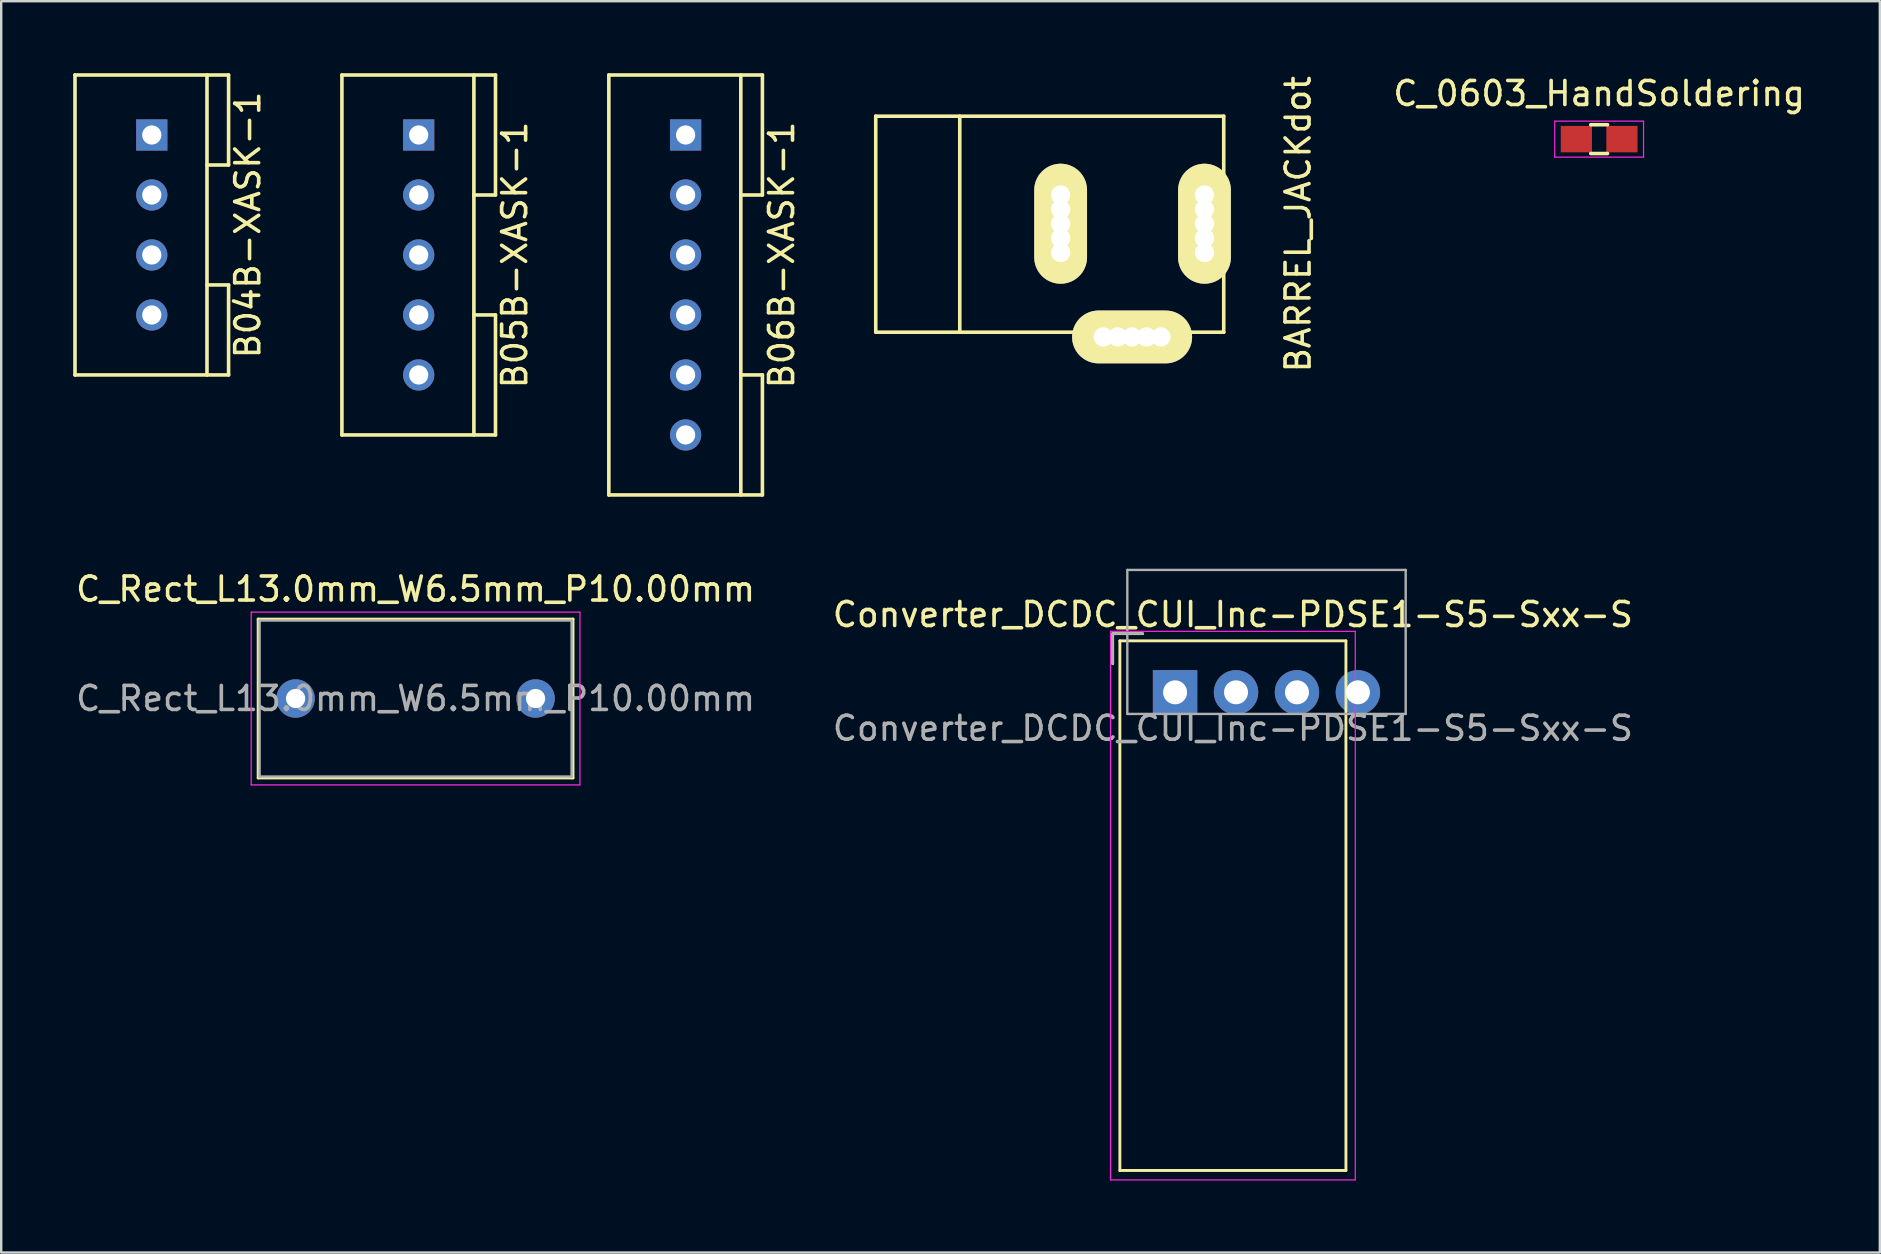
<source format=kicad_pcb>
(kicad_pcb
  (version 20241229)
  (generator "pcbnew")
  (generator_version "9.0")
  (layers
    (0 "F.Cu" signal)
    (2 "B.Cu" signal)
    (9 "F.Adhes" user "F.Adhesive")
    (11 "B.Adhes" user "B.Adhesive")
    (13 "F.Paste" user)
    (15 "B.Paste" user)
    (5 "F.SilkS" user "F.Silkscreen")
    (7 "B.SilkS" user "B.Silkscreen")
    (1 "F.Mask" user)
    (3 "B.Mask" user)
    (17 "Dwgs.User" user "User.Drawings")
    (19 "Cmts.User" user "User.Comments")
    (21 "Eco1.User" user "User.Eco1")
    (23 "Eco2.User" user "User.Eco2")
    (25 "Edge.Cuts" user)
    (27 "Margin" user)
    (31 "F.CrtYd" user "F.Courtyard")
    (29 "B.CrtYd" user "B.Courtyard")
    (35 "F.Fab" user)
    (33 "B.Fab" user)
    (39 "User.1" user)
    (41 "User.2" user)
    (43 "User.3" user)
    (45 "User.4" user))
  (footprint "B05B-XASK-1"
    (layer "F.Cu")
    (at 14.398 7.575)
    (property "Reference" "B05B-XASK-1" (at 4 0 90) (layer "F.SilkS") (effects (font (size 1 1) (thickness 0.15))))
    (attr through_hole)
    (fp_line (start -3.2 -7.5) (end -3.2 7.5) (stroke (width 0.15) (type solid)) (layer "F.SilkS"))
    (fp_line (start -3.2 -7.5) (end 3.2 -7.5) (stroke (width 0.15) (type solid)) (layer "F.SilkS"))
    (fp_line (start 2.3 -7.5) (end 2.3 7.5) (stroke (width 0.15) (type solid)) (layer "F.SilkS"))
    (fp_line (start 2.3 2.5) (end 3.2 2.5) (stroke (width 0.15) (type solid)) (layer "F.SilkS"))
    (fp_line (start 3.2 -7.5) (end 3.2 -2.5) (stroke (width 0.15) (type solid)) (layer "F.SilkS"))
    (fp_line (start 3.2 -2.5) (end 2.3 -2.5) (stroke (width 0.15) (type solid)) (layer "F.SilkS"))
    (fp_line (start 3.2 2.5) (end 3.2 7.5) (stroke (width 0.15) (type solid)) (layer "F.SilkS"))
    (fp_line (start 3.2 7.5) (end -3.2 7.5) (stroke (width 0.15) (type solid)) (layer "F.SilkS"))
    (pad "1" thru_hole rect (at 0 -5) (size 1.3 1.3) (drill 0.8) (layers "*.Cu" "*.Mask"))
    (pad "2" thru_hole circle (at 0 -2.5) (size 1.3 1.3) (drill 0.8) (layers "*.Cu" "*.Mask"))
    (pad "3" thru_hole circle (at 0 0) (size 1.3 1.3) (drill 0.8) (layers "*.Cu" "*.Mask"))
    (pad "4" thru_hole circle (at 0 2.5) (size 1.3 1.3) (drill 0.8) (layers "*.Cu" "*.Mask"))
    (pad "5" thru_hole circle (at 0 5) (size 1.3 1.3) (drill 0.8) (layers "*.Cu" "*.Mask")))
  (footprint "B06B-XASK-1"
    (layer "F.Cu")
    (at 25.521 8.825)
    (property "Reference" "B06B-XASK-1" (at 4 -1.25 90) (layer "F.SilkS") (effects (font (size 1 1) (thickness 0.15))))
    (attr through_hole)
    (fp_line (start -3.2 -8.75) (end -3.2 8.75) (stroke (width 0.15) (type solid)) (layer "F.SilkS"))
    (fp_line (start -3.2 -8.75) (end 3.2 -8.75) (stroke (width 0.15) (type solid)) (layer "F.SilkS"))
    (fp_line (start 2.3 -8.75) (end 2.3 8.75) (stroke (width 0.15) (type solid)) (layer "F.SilkS"))
    (fp_line (start 2.3 3.75) (end 3.2 3.75) (stroke (width 0.15) (type solid)) (layer "F.SilkS"))
    (fp_line (start 3.2 -8.75) (end 3.2 -3.75) (stroke (width 0.15) (type solid)) (layer "F.SilkS"))
    (fp_line (start 3.2 -3.75) (end 2.3 -3.75) (stroke (width 0.15) (type solid)) (layer "F.SilkS"))
    (fp_line (start 3.2 3.75) (end 3.2 8.75) (stroke (width 0.15) (type solid)) (layer "F.SilkS"))
    (fp_line (start 3.2 8.75) (end -3.2 8.75) (stroke (width 0.15) (type solid)) (layer "F.SilkS"))
    (pad "1" thru_hole rect (at 0 -6.25) (size 1.3 1.3) (drill 0.8) (layers "*.Cu" "*.Mask"))
    (pad "2" thru_hole circle (at 0 -3.75) (size 1.3 1.3) (drill 0.8) (layers "*.Cu" "*.Mask"))
    (pad "3" thru_hole circle (at 0 -1.25) (size 1.3 1.3) (drill 0.8) (layers "*.Cu" "*.Mask"))
    (pad "4" thru_hole circle (at 0 1.25) (size 1.3 1.3) (drill 0.8) (layers "*.Cu" "*.Mask"))
    (pad "5" thru_hole circle (at 0 3.75) (size 1.3 1.3) (drill 0.8) (layers "*.Cu" "*.Mask"))
    (pad "6" thru_hole circle (at 0 6.25) (size 1.3 1.3) (drill 0.8) (layers "*.Cu" "*.Mask")))
  (footprint "B04B-XASK-1"
    (layer "F.Cu")
    (at 3.275 6.325)
    (property "Reference" "B04B-XASK-1" (at 4 0 90) (layer "F.SilkS") (effects (font (size 1 1) (thickness 0.15))))
    (attr through_hole)
    (fp_line (start -3.2 -6.25) (end -3.2 6.25) (stroke (width 0.15) (type solid)) (layer "F.SilkS"))
    (fp_line (start -3.2 -6.25) (end 3.2 -6.25) (stroke (width 0.15) (type solid)) (layer "F.SilkS"))
    (fp_line (start 2.3 -6.25) (end 2.3 6.25) (stroke (width 0.15) (type solid)) (layer "F.SilkS"))
    (fp_line (start 2.3 2.5) (end 3.2 2.5) (stroke (width 0.15) (type solid)) (layer "F.SilkS"))
    (fp_line (start 3.2 -6.25) (end 3.2 -2.5) (stroke (width 0.15) (type solid)) (layer "F.SilkS"))
    (fp_line (start 3.2 -2.5) (end 2.3 -2.5) (stroke (width 0.15) (type solid)) (layer "F.SilkS"))
    (fp_line (start 3.2 2.5) (end 3.2 6.25) (stroke (width 0.15) (type solid)) (layer "F.SilkS"))
    (fp_line (start 3.2 6.25) (end -3.2 6.25) (stroke (width 0.15) (type solid)) (layer "F.SilkS"))
    (pad "1" thru_hole rect (at 0 -3.75) (size 1.3 1.3) (drill 0.8) (layers "*.Cu" "*.Mask"))
    (pad "2" thru_hole circle (at 0 -1.25) (size 1.3 1.3) (drill 0.8) (layers "*.Cu" "*.Mask"))
    (pad "3" thru_hole circle (at 0 1.25) (size 1.3 1.3) (drill 0.8) (layers "*.Cu" "*.Mask"))
    (pad "4" thru_hole circle (at 0 3.75) (size 1.3 1.3) (drill 0.8) (layers "*.Cu" "*.Mask")))
  (footprint "C_0603_HandSoldering"
    (layer "F.Cu")
    (at 63.589 2.748)
    (property "Reference" "C_0603_HandSoldering" (at 0 -1.9 0) (layer "F.SilkS") (effects (font (size 1 1) (thickness 0.15))))
    (attr smd)
    (fp_line (start -0.35 -0.6) (end 0.35 -0.6) (stroke (width 0.15) (type solid)) (layer "F.SilkS"))
    (fp_line (start 0.35 0.6) (end -0.35 0.6) (stroke (width 0.15) (type solid)) (layer "F.SilkS"))
    (fp_line (start -1.85 -0.75) (end -1.85 0.75) (stroke (width 0.05) (type solid)) (layer "F.CrtYd"))
    (fp_line (start -1.85 -0.75) (end 1.85 -0.75) (stroke (width 0.05) (type solid)) (layer "F.CrtYd"))
    (fp_line (start -1.85 0.75) (end 1.85 0.75) (stroke (width 0.05) (type solid)) (layer "F.CrtYd"))
    (fp_line (start 1.85 -0.75) (end 1.85 0.75) (stroke (width 0.05) (type solid)) (layer "F.CrtYd"))
    (pad "1" smd rect (at -0.95 0) (size 1.3 1.1) (layers "F.Cu" "F.Mask" "F.Paste"))
    (pad "2" smd rect (at 0.95 0) (size 1.3 1.1) (layers "F.Cu" "F.Mask" "F.Paste")))
  (footprint "Converter_DCDC_CUI_Inc-PDSE1-S5-Sxx-S"
    (layer "F.Cu")
    (at 49.727 25.8)
    (property "Reference" "Converter_DCDC_CUI_Inc-PDSE1-S5-Sxx-S" (at -1.4 -3.24 0) (layer "F.SilkS") (effects (font (size 1 1) (thickness 0.15))))
    (attr through_hole)
    (fp_line (start -6.41 -2.445) (end -6.41 -1.195) (stroke (width 0.12) (type solid)) (layer "F.SilkS"))
    (fp_line (start -6.11 -2.145) (end -6.11 19.925) (stroke (width 0.12) (type solid)) (layer "F.SilkS"))
    (fp_line (start -6.11 19.925) (end 3.31 19.925) (stroke (width 0.12) (type solid)) (layer "F.SilkS"))
    (fp_line (start -5.16 -2.445) (end -6.41 -2.445) (stroke (width 0.12) (type solid)) (layer "F.SilkS"))
    (fp_line (start 3.31 -2.145) (end -6.11 -2.145) (stroke (width 0.12) (type solid)) (layer "F.SilkS"))
    (fp_line (start 3.31 19.925) (end 3.31 -2.145) (stroke (width 0.12) (type solid)) (layer "F.SilkS"))
    (fp_line (start -6.5 -2.54) (end -6.5 20.32) (stroke (width 0.05) (type solid)) (layer "F.CrtYd"))
    (fp_line (start -6.5 20.32) (end 3.7 20.32) (stroke (width 0.05) (type solid)) (layer "F.CrtYd"))
    (fp_line (start 3.7 -2.54) (end -6.5 -2.54) (stroke (width 0.05) (type solid)) (layer "F.CrtYd"))
    (fp_line (start 3.7 20.32) (end 3.7 -2.54) (stroke (width 0.05) (type solid)) (layer "F.CrtYd"))
    (fp_line (start -6.41 -2.445) (end -6.41 -1.195) (stroke (width 0.1) (type solid)) (layer "F.Fab"))
    (fp_line (start -5.8 -5.1) (end -5.8 0.9) (stroke (width 0.1) (type solid)) (layer "F.Fab"))
    (fp_line (start -5.8 0.9) (end 5.8 0.9) (stroke (width 0.1) (type solid)) (layer "F.Fab"))
    (fp_line (start -5.16 -2.445) (end -6.41 -2.445) (stroke (width 0.1) (type solid)) (layer "F.Fab"))
    (fp_line (start 5.8 -5.1) (end -5.8 -5.1) (stroke (width 0.1) (type solid)) (layer "F.Fab"))
    (fp_line (start 5.8 0.9) (end 5.8 -5.1) (stroke (width 0.1) (type solid)) (layer "F.Fab"))
    (fp_text user "${REFERENCE}" (at -1.4 1.5 0) (layer "F.Fab") (effects (font (size 1 1) (thickness 0.15))))
    (pad "1" thru_hole rect (at -3.81 0) (size 1.85 1.85) (drill 1) (layers "*.Cu" "*.Mask"))
    (pad "2" thru_hole circle (at -1.27 0) (size 1.85 1.85) (drill 1) (layers "*.Cu" "*.Mask"))
    (pad "3" thru_hole circle (at 1.27 0) (size 1.85 1.85) (drill 1) (layers "*.Cu" "*.Mask"))
    (pad "4" thru_hole circle (at 3.81 0) (size 1.85 1.85) (drill 1) (layers "*.Cu" "*.Mask")))
  (footprint "C_Rect_L13.0mm_W6.5mm_P10.00mm"
    (layer "F.Cu")
    (at 9.268 26.058)
    (property "Reference" "C_Rect_L13.0mm_W6.5mm_P10.00mm" (at 5 -4.56 0) (layer "F.SilkS") (effects (font (size 1 1) (thickness 0.15))))
    (attr through_hole)
    (fp_line (start -1.56 -3.31) (end -1.56 3.31) (stroke (width 0.12) (type solid)) (layer "F.SilkS"))
    (fp_line (start -1.56 -3.31) (end 11.56 -3.31) (stroke (width 0.12) (type solid)) (layer "F.SilkS"))
    (fp_line (start -1.56 3.31) (end 11.56 3.31) (stroke (width 0.12) (type solid)) (layer "F.SilkS"))
    (fp_line (start 11.56 -3.31) (end 11.56 3.31) (stroke (width 0.12) (type solid)) (layer "F.SilkS"))
    (fp_line (start -1.85 -3.6) (end -1.85 3.6) (stroke (width 0.05) (type solid)) (layer "F.CrtYd"))
    (fp_line (start -1.85 3.6) (end 11.85 3.6) (stroke (width 0.05) (type solid)) (layer "F.CrtYd"))
    (fp_line (start 11.85 -3.6) (end -1.85 -3.6) (stroke (width 0.05) (type solid)) (layer "F.CrtYd"))
    (fp_line (start 11.85 3.6) (end 11.85 -3.6) (stroke (width 0.05) (type solid)) (layer "F.CrtYd"))
    (fp_line (start -1.5 -3.25) (end -1.5 3.25) (stroke (width 0.1) (type solid)) (layer "F.Fab"))
    (fp_line (start -1.5 3.25) (end 11.5 3.25) (stroke (width 0.1) (type solid)) (layer "F.Fab"))
    (fp_line (start 11.5 -3.25) (end -1.5 -3.25) (stroke (width 0.1) (type solid)) (layer "F.Fab"))
    (fp_line (start 11.5 3.25) (end 11.5 -3.25) (stroke (width 0.1) (type solid)) (layer "F.Fab"))
    (fp_text user "${REFERENCE}" (at 5 0 0) (layer "F.Fab") (effects (font (size 1 1) (thickness 0.15))))
    (pad "1" thru_hole circle (at 0 0) (size 1.6 1.6) (drill 0.8) (layers "*.Cu" "*.Mask"))
    (pad "2" thru_hole circle (at 10 0) (size 1.6 1.6) (drill 0.8) (layers "*.Cu" "*.Mask")))
  (footprint "BARREL_JACKdot"
    (layer "F.Cu")
    (at 40.945 6.292)
    (property "Reference" "BARREL_JACKdot" (at 10.099 0 90) (layer "F.SilkS") (effects (font (size 1 1) (thickness 0.15))))
    (attr through_hole)
    (fp_line (start -7.501 -4.501) (end -7.501 4.501) (stroke (width 0.15) (type solid)) (layer "F.SilkS"))
    (fp_line (start -7.501 4.501) (end 7 4.501) (stroke (width 0.15) (type solid)) (layer "F.SilkS"))
    (fp_line (start -4 -4.501) (end -4 4.501) (stroke (width 0.15) (type solid)) (layer "F.SilkS"))
    (fp_line (start 7 -4.501) (end -7.501 -4.501) (stroke (width 0.15) (type solid)) (layer "F.SilkS"))
    (fp_line (start 7 4.501) (end 7 -4.501) (stroke (width 0.15) (type solid)) (layer "F.SilkS"))
    (pad "1" thru_hole circle (at 6.198 -1.219) (size 1.524 1.524) (drill 0.8) (layers "*.Cu" "*.Mask" "F.SilkS"))
    (pad "1" thru_hole circle (at 6.198 -0.619) (size 1.524 1.524) (drill 0.8) (layers "*.Cu" "*.Mask" "F.SilkS"))
    (pad "1" thru_hole oval (at 6.198 -0.019) (size 2.2 5) (drill 0.8) (layers "*.Cu" "*.Mask" "F.SilkS"))
    (pad "1" thru_hole circle (at 6.198 0.581) (size 1.524 1.524) (drill 0.8) (layers "*.Cu" "*.Mask" "F.SilkS"))
    (pad "1" thru_hole circle (at 6.198 1.181) (size 1.524 1.524) (drill 0.8) (layers "*.Cu" "*.Mask" "F.SilkS"))
    (pad "2" thru_hole circle (at 0.203 -1.219) (size 1.524 1.524) (drill 0.8) (layers "*.Cu" "*.Mask" "F.SilkS"))
    (pad "2" thru_hole circle (at 0.203 -0.619) (size 1.524 1.524) (drill 0.8) (layers "*.Cu" "*.Mask" "F.SilkS"))
    (pad "2" thru_hole oval (at 0.203 -0.019) (size 2.2 5) (drill 0.8) (layers "*.Cu" "*.Mask" "F.SilkS"))
    (pad "2" thru_hole circle (at 0.203 0.581) (size 1.524 1.524) (drill 0.8) (layers "*.Cu" "*.Mask" "F.SilkS"))
    (pad "2" thru_hole circle (at 0.203 1.181) (size 1.524 1.524) (drill 0.8) (layers "*.Cu" "*.Mask" "F.SilkS"))
    (pad "3" thru_hole circle (at 1.981 4.699) (size 1.524 1.524) (drill 0.8) (layers "*.Cu" "*.Mask" "F.SilkS"))
    (pad "3" thru_hole circle (at 2.581 4.699) (size 1.524 1.524) (drill 0.8) (layers "*.Cu" "*.Mask" "F.SilkS"))
    (pad "3" thru_hole oval (at 3.181 4.699) (size 5 2.2) (drill 0.8) (layers "*.Cu" "*.Mask" "F.SilkS"))
    (pad "3" thru_hole circle (at 3.781 4.699) (size 1.524 1.524) (drill 0.8) (layers "*.Cu" "*.Mask" "F.SilkS"))
    (pad "3" thru_hole circle (at 4.381 4.699) (size 1.524 1.524) (drill 0.8) (layers "*.Cu" "*.Mask" "F.SilkS")))
  (gr_rect
    (start -3 -3)
    (end 75.286 49.145)
    (stroke (width 0.1) (type default))
    (fill no)
    (layer "Edge.Cuts")))
</source>
